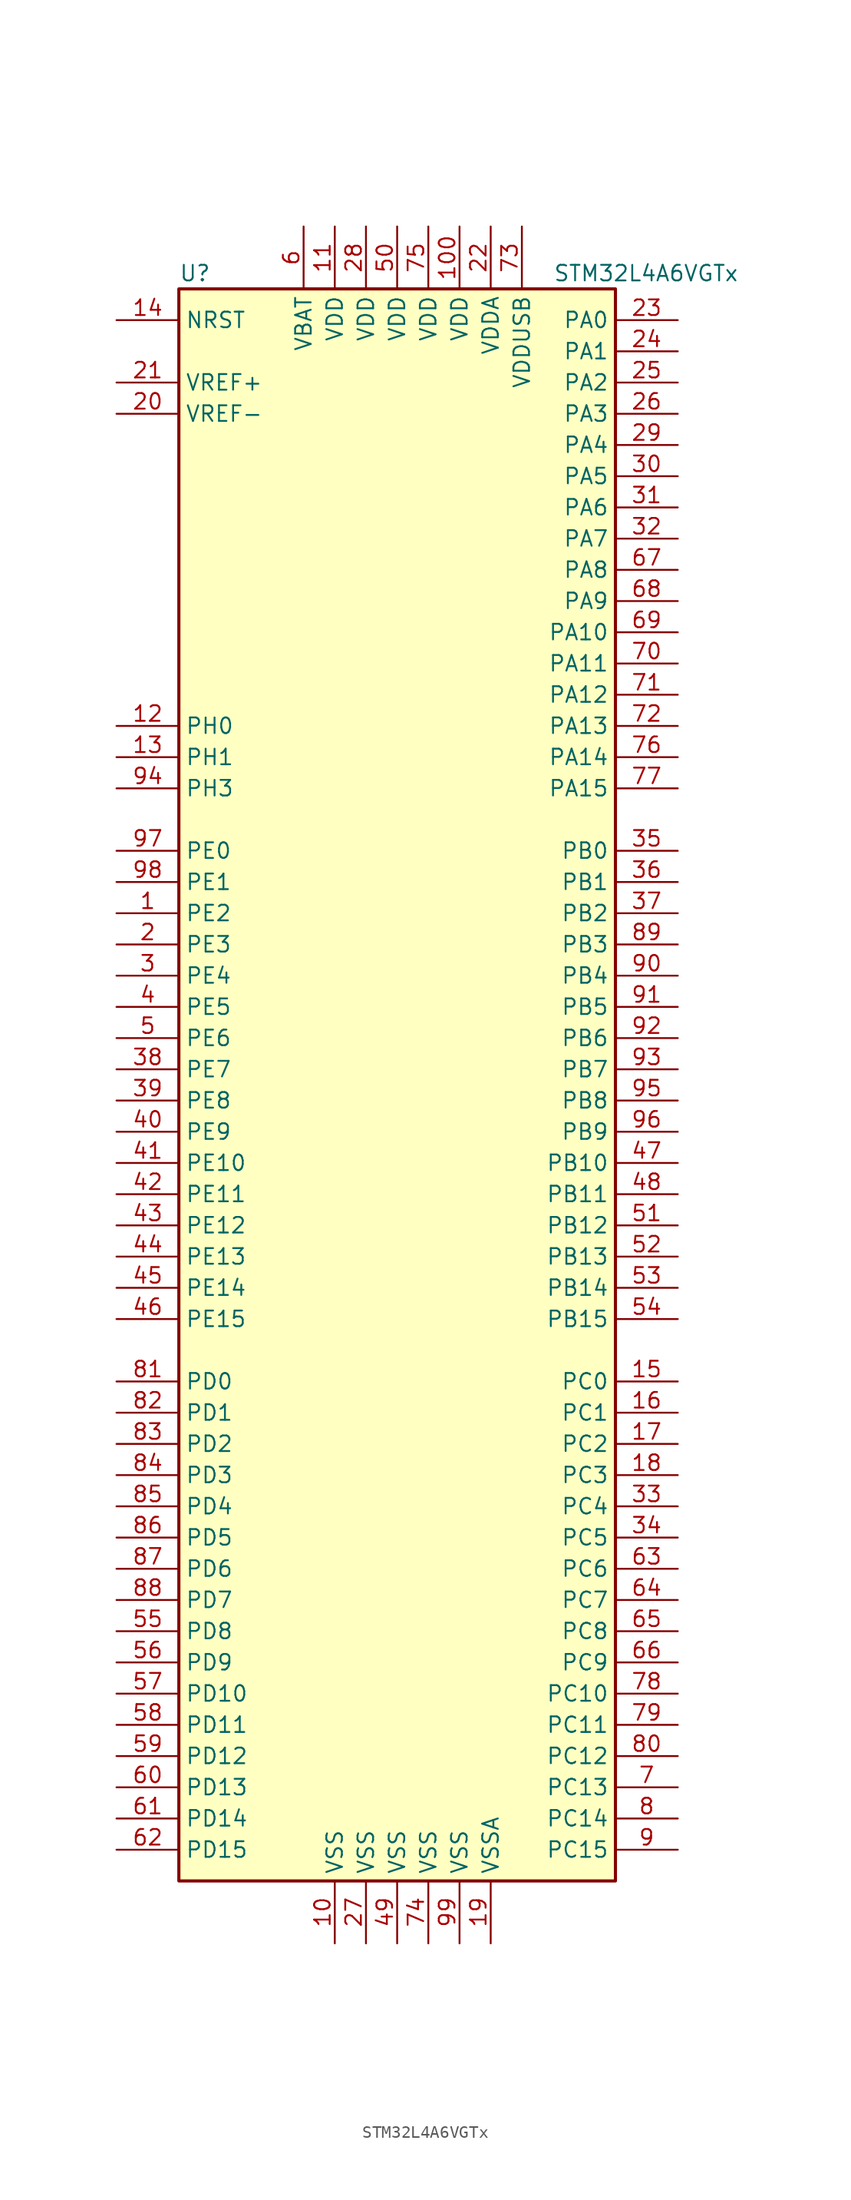
<source format=kicad_sym>
(kicad_symbol_lib
  (version 20201005)
  (generator kicad_symbol_editor)
  (symbol "STM32L4A6VGTx"
    (property "Reference" "U"
      (at -17.78 64.77 0)
      (effects (font (size 1.27 1.27)) (justify left)))
    (property "Value" "STM32L4A6VGTx"
      (at 12.7 64.77 0)
      (effects (font (size 1.27 1.27)) (justify left)))
    (symbol "STM32L4A6VGTx_0_1"
      (rectangle (start -17.78 -66.04) (end 17.78 63.5) (stroke (width 0.254)) (fill (type background))))
    (symbol "STM32L4A6VGTx_1_1"
      (pin bidirectional line (at -22.86 12.7 0) (length 5.08) (name "PE2" (effects (font (size 1.27 1.27)))) (number "1" (effects (font (size 1.27 1.27)))))
      (pin power_in line (at -5.08 -71.12 90) (length 5.08) (name "VSS" (effects (font (size 1.27 1.27)))) (number "10" (effects (font (size 1.27 1.27)))))
      (pin power_in line (at 5.08 68.58 270) (length 5.08) (name "VDD" (effects (font (size 1.27 1.27)))) (number "100" (effects (font (size 1.27 1.27)))))
      (pin power_in line (at -5.08 68.58 270) (length 5.08) (name "VDD" (effects (font (size 1.27 1.27)))) (number "11" (effects (font (size 1.27 1.27)))))
      (pin input line (at -22.86 27.94 0) (length 5.08) (name "PH0" (effects (font (size 1.27 1.27)))) (number "12" (effects (font (size 1.27 1.27)))))
      (pin input line (at -22.86 25.4 0) (length 5.08) (name "PH1" (effects (font (size 1.27 1.27)))) (number "13" (effects (font (size 1.27 1.27)))))
      (pin input line (at -22.86 60.96 0) (length 5.08) (name "NRST" (effects (font (size 1.27 1.27)))) (number "14" (effects (font (size 1.27 1.27)))))
      (pin bidirectional line (at 22.86 -25.4 180) (length 5.08) (name "PC0" (effects (font (size 1.27 1.27)))) (number "15" (effects (font (size 1.27 1.27)))))
      (pin bidirectional line (at 22.86 -27.94 180) (length 5.08) (name "PC1" (effects (font (size 1.27 1.27)))) (number "16" (effects (font (size 1.27 1.27)))))
      (pin bidirectional line (at 22.86 -30.48 180) (length 5.08) (name "PC2" (effects (font (size 1.27 1.27)))) (number "17" (effects (font (size 1.27 1.27)))))
      (pin bidirectional line (at 22.86 -33.02 180) (length 5.08) (name "PC3" (effects (font (size 1.27 1.27)))) (number "18" (effects (font (size 1.27 1.27)))))
      (pin power_in line (at 7.62 -71.12 90) (length 5.08) (name "VSSA" (effects (font (size 1.27 1.27)))) (number "19" (effects (font (size 1.27 1.27)))))
      (pin bidirectional line (at -22.86 10.16 0) (length 5.08) (name "PE3" (effects (font (size 1.27 1.27)))) (number "2" (effects (font (size 1.27 1.27)))))
      (pin power_in line (at -22.86 53.34 0) (length 5.08) (name "VREF-" (effects (font (size 1.27 1.27)))) (number "20" (effects (font (size 1.27 1.27)))))
      (pin bidirectional line (at -22.86 55.88 0) (length 5.08) (name "VREF+" (effects (font (size 1.27 1.27)))) (number "21" (effects (font (size 1.27 1.27)))))
      (pin power_in line (at 7.62 68.58 270) (length 5.08) (name "VDDA" (effects (font (size 1.27 1.27)))) (number "22" (effects (font (size 1.27 1.27)))))
      (pin bidirectional line (at 22.86 60.96 180) (length 5.08) (name "PA0" (effects (font (size 1.27 1.27)))) (number "23" (effects (font (size 1.27 1.27)))))
      (pin bidirectional line (at 22.86 58.42 180) (length 5.08) (name "PA1" (effects (font (size 1.27 1.27)))) (number "24" (effects (font (size 1.27 1.27)))))
      (pin bidirectional line (at 22.86 55.88 180) (length 5.08) (name "PA2" (effects (font (size 1.27 1.27)))) (number "25" (effects (font (size 1.27 1.27)))))
      (pin bidirectional line (at 22.86 53.34 180) (length 5.08) (name "PA3" (effects (font (size 1.27 1.27)))) (number "26" (effects (font (size 1.27 1.27)))))
      (pin power_in line (at -2.54 -71.12 90) (length 5.08) (name "VSS" (effects (font (size 1.27 1.27)))) (number "27" (effects (font (size 1.27 1.27)))))
      (pin power_in line (at -2.54 68.58 270) (length 5.08) (name "VDD" (effects (font (size 1.27 1.27)))) (number "28" (effects (font (size 1.27 1.27)))))
      (pin bidirectional line (at 22.86 50.8 180) (length 5.08) (name "PA4" (effects (font (size 1.27 1.27)))) (number "29" (effects (font (size 1.27 1.27)))))
      (pin bidirectional line (at -22.86 7.62 0) (length 5.08) (name "PE4" (effects (font (size 1.27 1.27)))) (number "3" (effects (font (size 1.27 1.27)))))
      (pin bidirectional line (at 22.86 48.26 180) (length 5.08) (name "PA5" (effects (font (size 1.27 1.27)))) (number "30" (effects (font (size 1.27 1.27)))))
      (pin bidirectional line (at 22.86 45.72 180) (length 5.08) (name "PA6" (effects (font (size 1.27 1.27)))) (number "31" (effects (font (size 1.27 1.27)))))
      (pin bidirectional line (at 22.86 43.18 180) (length 5.08) (name "PA7" (effects (font (size 1.27 1.27)))) (number "32" (effects (font (size 1.27 1.27)))))
      (pin bidirectional line (at 22.86 -35.56 180) (length 5.08) (name "PC4" (effects (font (size 1.27 1.27)))) (number "33" (effects (font (size 1.27 1.27)))))
      (pin bidirectional line (at 22.86 -38.1 180) (length 5.08) (name "PC5" (effects (font (size 1.27 1.27)))) (number "34" (effects (font (size 1.27 1.27)))))
      (pin bidirectional line (at 22.86 17.78 180) (length 5.08) (name "PB0" (effects (font (size 1.27 1.27)))) (number "35" (effects (font (size 1.27 1.27)))))
      (pin bidirectional line (at 22.86 15.24 180) (length 5.08) (name "PB1" (effects (font (size 1.27 1.27)))) (number "36" (effects (font (size 1.27 1.27)))))
      (pin bidirectional line (at 22.86 12.7 180) (length 5.08) (name "PB2" (effects (font (size 1.27 1.27)))) (number "37" (effects (font (size 1.27 1.27)))))
      (pin bidirectional line (at -22.86 0 0) (length 5.08) (name "PE7" (effects (font (size 1.27 1.27)))) (number "38" (effects (font (size 1.27 1.27)))))
      (pin bidirectional line (at -22.86 -2.54 0) (length 5.08) (name "PE8" (effects (font (size 1.27 1.27)))) (number "39" (effects (font (size 1.27 1.27)))))
      (pin bidirectional line (at -22.86 5.08 0) (length 5.08) (name "PE5" (effects (font (size 1.27 1.27)))) (number "4" (effects (font (size 1.27 1.27)))))
      (pin bidirectional line (at -22.86 -5.08 0) (length 5.08) (name "PE9" (effects (font (size 1.27 1.27)))) (number "40" (effects (font (size 1.27 1.27)))))
      (pin bidirectional line (at -22.86 -7.62 0) (length 5.08) (name "PE10" (effects (font (size 1.27 1.27)))) (number "41" (effects (font (size 1.27 1.27)))))
      (pin bidirectional line (at -22.86 -10.16 0) (length 5.08) (name "PE11" (effects (font (size 1.27 1.27)))) (number "42" (effects (font (size 1.27 1.27)))))
      (pin bidirectional line (at -22.86 -12.7 0) (length 5.08) (name "PE12" (effects (font (size 1.27 1.27)))) (number "43" (effects (font (size 1.27 1.27)))))
      (pin bidirectional line (at -22.86 -15.24 0) (length 5.08) (name "PE13" (effects (font (size 1.27 1.27)))) (number "44" (effects (font (size 1.27 1.27)))))
      (pin bidirectional line (at -22.86 -17.78 0) (length 5.08) (name "PE14" (effects (font (size 1.27 1.27)))) (number "45" (effects (font (size 1.27 1.27)))))
      (pin bidirectional line (at -22.86 -20.32 0) (length 5.08) (name "PE15" (effects (font (size 1.27 1.27)))) (number "46" (effects (font (size 1.27 1.27)))))
      (pin bidirectional line (at 22.86 -7.62 180) (length 5.08) (name "PB10" (effects (font (size 1.27 1.27)))) (number "47" (effects (font (size 1.27 1.27)))))
      (pin bidirectional line (at 22.86 -10.16 180) (length 5.08) (name "PB11" (effects (font (size 1.27 1.27)))) (number "48" (effects (font (size 1.27 1.27)))))
      (pin power_in line (at 0 -71.12 90) (length 5.08) (name "VSS" (effects (font (size 1.27 1.27)))) (number "49" (effects (font (size 1.27 1.27)))))
      (pin bidirectional line (at -22.86 2.54 0) (length 5.08) (name "PE6" (effects (font (size 1.27 1.27)))) (number "5" (effects (font (size 1.27 1.27)))))
      (pin power_in line (at 0 68.58 270) (length 5.08) (name "VDD" (effects (font (size 1.27 1.27)))) (number "50" (effects (font (size 1.27 1.27)))))
      (pin bidirectional line (at 22.86 -12.7 180) (length 5.08) (name "PB12" (effects (font (size 1.27 1.27)))) (number "51" (effects (font (size 1.27 1.27)))))
      (pin bidirectional line (at 22.86 -15.24 180) (length 5.08) (name "PB13" (effects (font (size 1.27 1.27)))) (number "52" (effects (font (size 1.27 1.27)))))
      (pin bidirectional line (at 22.86 -17.78 180) (length 5.08) (name "PB14" (effects (font (size 1.27 1.27)))) (number "53" (effects (font (size 1.27 1.27)))))
      (pin bidirectional line (at 22.86 -20.32 180) (length 5.08) (name "PB15" (effects (font (size 1.27 1.27)))) (number "54" (effects (font (size 1.27 1.27)))))
      (pin bidirectional line (at -22.86 -45.72 0) (length 5.08) (name "PD8" (effects (font (size 1.27 1.27)))) (number "55" (effects (font (size 1.27 1.27)))))
      (pin bidirectional line (at -22.86 -48.26 0) (length 5.08) (name "PD9" (effects (font (size 1.27 1.27)))) (number "56" (effects (font (size 1.27 1.27)))))
      (pin bidirectional line (at -22.86 -50.8 0) (length 5.08) (name "PD10" (effects (font (size 1.27 1.27)))) (number "57" (effects (font (size 1.27 1.27)))))
      (pin bidirectional line (at -22.86 -53.34 0) (length 5.08) (name "PD11" (effects (font (size 1.27 1.27)))) (number "58" (effects (font (size 1.27 1.27)))))
      (pin bidirectional line (at -22.86 -55.88 0) (length 5.08) (name "PD12" (effects (font (size 1.27 1.27)))) (number "59" (effects (font (size 1.27 1.27)))))
      (pin power_in line (at -7.62 68.58 270) (length 5.08) (name "VBAT" (effects (font (size 1.27 1.27)))) (number "6" (effects (font (size 1.27 1.27)))))
      (pin bidirectional line (at -22.86 -58.42 0) (length 5.08) (name "PD13" (effects (font (size 1.27 1.27)))) (number "60" (effects (font (size 1.27 1.27)))))
      (pin bidirectional line (at -22.86 -60.96 0) (length 5.08) (name "PD14" (effects (font (size 1.27 1.27)))) (number "61" (effects (font (size 1.27 1.27)))))
      (pin bidirectional line (at -22.86 -63.5 0) (length 5.08) (name "PD15" (effects (font (size 1.27 1.27)))) (number "62" (effects (font (size 1.27 1.27)))))
      (pin bidirectional line (at 22.86 -40.64 180) (length 5.08) (name "PC6" (effects (font (size 1.27 1.27)))) (number "63" (effects (font (size 1.27 1.27)))))
      (pin bidirectional line (at 22.86 -43.18 180) (length 5.08) (name "PC7" (effects (font (size 1.27 1.27)))) (number "64" (effects (font (size 1.27 1.27)))))
      (pin bidirectional line (at 22.86 -45.72 180) (length 5.08) (name "PC8" (effects (font (size 1.27 1.27)))) (number "65" (effects (font (size 1.27 1.27)))))
      (pin bidirectional line (at 22.86 -48.26 180) (length 5.08) (name "PC9" (effects (font (size 1.27 1.27)))) (number "66" (effects (font (size 1.27 1.27)))))
      (pin bidirectional line (at 22.86 40.64 180) (length 5.08) (name "PA8" (effects (font (size 1.27 1.27)))) (number "67" (effects (font (size 1.27 1.27)))))
      (pin bidirectional line (at 22.86 38.1 180) (length 5.08) (name "PA9" (effects (font (size 1.27 1.27)))) (number "68" (effects (font (size 1.27 1.27)))))
      (pin bidirectional line (at 22.86 35.56 180) (length 5.08) (name "PA10" (effects (font (size 1.27 1.27)))) (number "69" (effects (font (size 1.27 1.27)))))
      (pin bidirectional line (at 22.86 -58.42 180) (length 5.08) (name "PC13" (effects (font (size 1.27 1.27)))) (number "7" (effects (font (size 1.27 1.27)))))
      (pin bidirectional line (at 22.86 33.02 180) (length 5.08) (name "PA11" (effects (font (size 1.27 1.27)))) (number "70" (effects (font (size 1.27 1.27)))))
      (pin bidirectional line (at 22.86 30.48 180) (length 5.08) (name "PA12" (effects (font (size 1.27 1.27)))) (number "71" (effects (font (size 1.27 1.27)))))
      (pin bidirectional line (at 22.86 27.94 180) (length 5.08) (name "PA13" (effects (font (size 1.27 1.27)))) (number "72" (effects (font (size 1.27 1.27)))))
      (pin power_in line (at 10.16 68.58 270) (length 5.08) (name "VDDUSB" (effects (font (size 1.27 1.27)))) (number "73" (effects (font (size 1.27 1.27)))))
      (pin power_in line (at 2.54 -71.12 90) (length 5.08) (name "VSS" (effects (font (size 1.27 1.27)))) (number "74" (effects (font (size 1.27 1.27)))))
      (pin power_in line (at 2.54 68.58 270) (length 5.08) (name "VDD" (effects (font (size 1.27 1.27)))) (number "75" (effects (font (size 1.27 1.27)))))
      (pin bidirectional line (at 22.86 25.4 180) (length 5.08) (name "PA14" (effects (font (size 1.27 1.27)))) (number "76" (effects (font (size 1.27 1.27)))))
      (pin bidirectional line (at 22.86 22.86 180) (length 5.08) (name "PA15" (effects (font (size 1.27 1.27)))) (number "77" (effects (font (size 1.27 1.27)))))
      (pin bidirectional line (at 22.86 -50.8 180) (length 5.08) (name "PC10" (effects (font (size 1.27 1.27)))) (number "78" (effects (font (size 1.27 1.27)))))
      (pin bidirectional line (at 22.86 -53.34 180) (length 5.08) (name "PC11" (effects (font (size 1.27 1.27)))) (number "79" (effects (font (size 1.27 1.27)))))
      (pin bidirectional line (at 22.86 -60.96 180) (length 5.08) (name "PC14" (effects (font (size 1.27 1.27)))) (number "8" (effects (font (size 1.27 1.27)))))
      (pin bidirectional line (at 22.86 -55.88 180) (length 5.08) (name "PC12" (effects (font (size 1.27 1.27)))) (number "80" (effects (font (size 1.27 1.27)))))
      (pin bidirectional line (at -22.86 -25.4 0) (length 5.08) (name "PD0" (effects (font (size 1.27 1.27)))) (number "81" (effects (font (size 1.27 1.27)))))
      (pin bidirectional line (at -22.86 -27.94 0) (length 5.08) (name "PD1" (effects (font (size 1.27 1.27)))) (number "82" (effects (font (size 1.27 1.27)))))
      (pin bidirectional line (at -22.86 -30.48 0) (length 5.08) (name "PD2" (effects (font (size 1.27 1.27)))) (number "83" (effects (font (size 1.27 1.27)))))
      (pin bidirectional line (at -22.86 -33.02 0) (length 5.08) (name "PD3" (effects (font (size 1.27 1.27)))) (number "84" (effects (font (size 1.27 1.27)))))
      (pin bidirectional line (at -22.86 -35.56 0) (length 5.08) (name "PD4" (effects (font (size 1.27 1.27)))) (number "85" (effects (font (size 1.27 1.27)))))
      (pin bidirectional line (at -22.86 -38.1 0) (length 5.08) (name "PD5" (effects (font (size 1.27 1.27)))) (number "86" (effects (font (size 1.27 1.27)))))
      (pin bidirectional line (at -22.86 -40.64 0) (length 5.08) (name "PD6" (effects (font (size 1.27 1.27)))) (number "87" (effects (font (size 1.27 1.27)))))
      (pin bidirectional line (at -22.86 -43.18 0) (length 5.08) (name "PD7" (effects (font (size 1.27 1.27)))) (number "88" (effects (font (size 1.27 1.27)))))
      (pin bidirectional line (at 22.86 10.16 180) (length 5.08) (name "PB3" (effects (font (size 1.27 1.27)))) (number "89" (effects (font (size 1.27 1.27)))))
      (pin bidirectional line (at 22.86 -63.5 180) (length 5.08) (name "PC15" (effects (font (size 1.27 1.27)))) (number "9" (effects (font (size 1.27 1.27)))))
      (pin bidirectional line (at 22.86 7.62 180) (length 5.08) (name "PB4" (effects (font (size 1.27 1.27)))) (number "90" (effects (font (size 1.27 1.27)))))
      (pin bidirectional line (at 22.86 5.08 180) (length 5.08) (name "PB5" (effects (font (size 1.27 1.27)))) (number "91" (effects (font (size 1.27 1.27)))))
      (pin bidirectional line (at 22.86 2.54 180) (length 5.08) (name "PB6" (effects (font (size 1.27 1.27)))) (number "92" (effects (font (size 1.27 1.27)))))
      (pin bidirectional line (at 22.86 0 180) (length 5.08) (name "PB7" (effects (font (size 1.27 1.27)))) (number "93" (effects (font (size 1.27 1.27)))))
      (pin bidirectional line (at -22.86 22.86 0) (length 5.08) (name "PH3" (effects (font (size 1.27 1.27)))) (number "94" (effects (font (size 1.27 1.27)))))
      (pin bidirectional line (at 22.86 -2.54 180) (length 5.08) (name "PB8" (effects (font (size 1.27 1.27)))) (number "95" (effects (font (size 1.27 1.27)))))
      (pin bidirectional line (at 22.86 -5.08 180) (length 5.08) (name "PB9" (effects (font (size 1.27 1.27)))) (number "96" (effects (font (size 1.27 1.27)))))
      (pin bidirectional line (at -22.86 17.78 0) (length 5.08) (name "PE0" (effects (font (size 1.27 1.27)))) (number "97" (effects (font (size 1.27 1.27)))))
      (pin bidirectional line (at -22.86 15.24 0) (length 5.08) (name "PE1" (effects (font (size 1.27 1.27)))) (number "98" (effects (font (size 1.27 1.27)))))
      (pin power_in line (at 5.08 -71.12 90) (length 5.08) (name "VSS" (effects (font (size 1.27 1.27)))) (number "99" (effects (font (size 1.27 1.27))))))))
</source>
